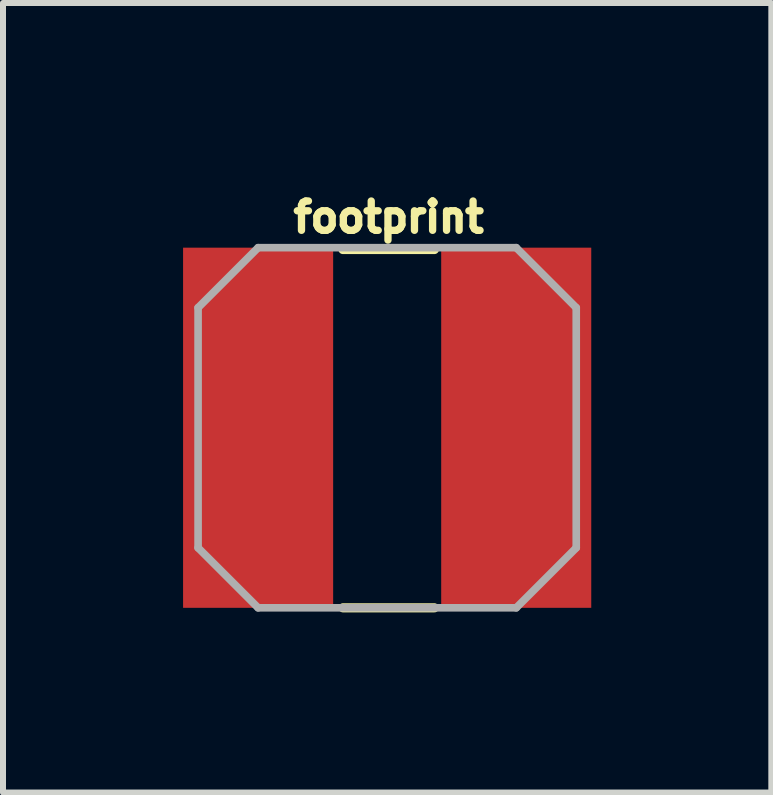
<source format=kicad_pcb>
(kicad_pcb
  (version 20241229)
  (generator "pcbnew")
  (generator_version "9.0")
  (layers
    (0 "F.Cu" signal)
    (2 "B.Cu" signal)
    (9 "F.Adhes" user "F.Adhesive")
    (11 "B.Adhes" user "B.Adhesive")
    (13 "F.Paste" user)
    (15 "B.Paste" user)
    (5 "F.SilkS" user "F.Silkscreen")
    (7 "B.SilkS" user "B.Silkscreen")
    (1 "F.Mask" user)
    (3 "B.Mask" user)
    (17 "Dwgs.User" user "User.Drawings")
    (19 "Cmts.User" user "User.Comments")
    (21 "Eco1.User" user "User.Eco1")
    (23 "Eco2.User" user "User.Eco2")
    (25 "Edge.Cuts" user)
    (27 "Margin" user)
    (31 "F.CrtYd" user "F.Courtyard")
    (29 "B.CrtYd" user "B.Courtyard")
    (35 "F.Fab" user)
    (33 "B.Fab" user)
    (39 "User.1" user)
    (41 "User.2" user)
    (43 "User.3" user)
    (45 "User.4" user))
  (footprint "footprint"
    (layer "F.Cu")
    (at 3.425 4.076)
    (property "Reference" "footprint" (at 0 -3.223 0) (layer "F.SilkS") (effects (font (size 0.488 0.488) (thickness 0.122)) (justify bottom)))
    (fp_line (start -0.762 -2.969) (end 0.762 -2.969) (stroke (width 0.152) (type solid)) (layer "F.SilkS"))
    (fp_line (start -0.762 3) (end 0.762 3) (stroke (width 0.152) (type solid)) (layer "F.SilkS"))
    (fp_line (start -3.175 -2) (end -2.175 -3) (stroke (width 0.127) (type solid)) (layer "F.Fab"))
    (fp_line (start -3.175 2) (end -3.175 -2) (stroke (width 0.127) (type solid)) (layer "F.Fab"))
    (fp_line (start -2.175 -3) (end 2.125 -3) (stroke (width 0.127) (type solid)) (layer "F.Fab"))
    (fp_line (start -2.175 3) (end -3.175 2) (stroke (width 0.127) (type solid)) (layer "F.Fab"))
    (fp_line (start 2.125 -3) (end 3.125 -2) (stroke (width 0.127) (type solid)) (layer "F.Fab"))
    (fp_line (start 2.125 3) (end -2.175 3) (stroke (width 0.127) (type solid)) (layer "F.Fab"))
    (fp_line (start 3.125 -2) (end 3.125 2) (stroke (width 0.127) (type solid)) (layer "F.Fab"))
    (fp_line (start 3.125 2) (end 2.125 3) (stroke (width 0.127) (type solid)) (layer "F.Fab"))
    (pad "1" smd rect (at -2.175 0 90) (size 6 2.5) (layers "F.Cu" "F.Mask" "F.Paste"))
    (pad "2" smd rect (at 2.125 0 90) (size 6 2.5) (layers "F.Cu" "F.Mask" "F.Paste")))
  (gr_rect
    (start -3 -3)
    (end 9.8 10.153)
    (stroke (width 0.1) (type default))
    (fill no)
    (layer "Edge.Cuts")))
</source>
